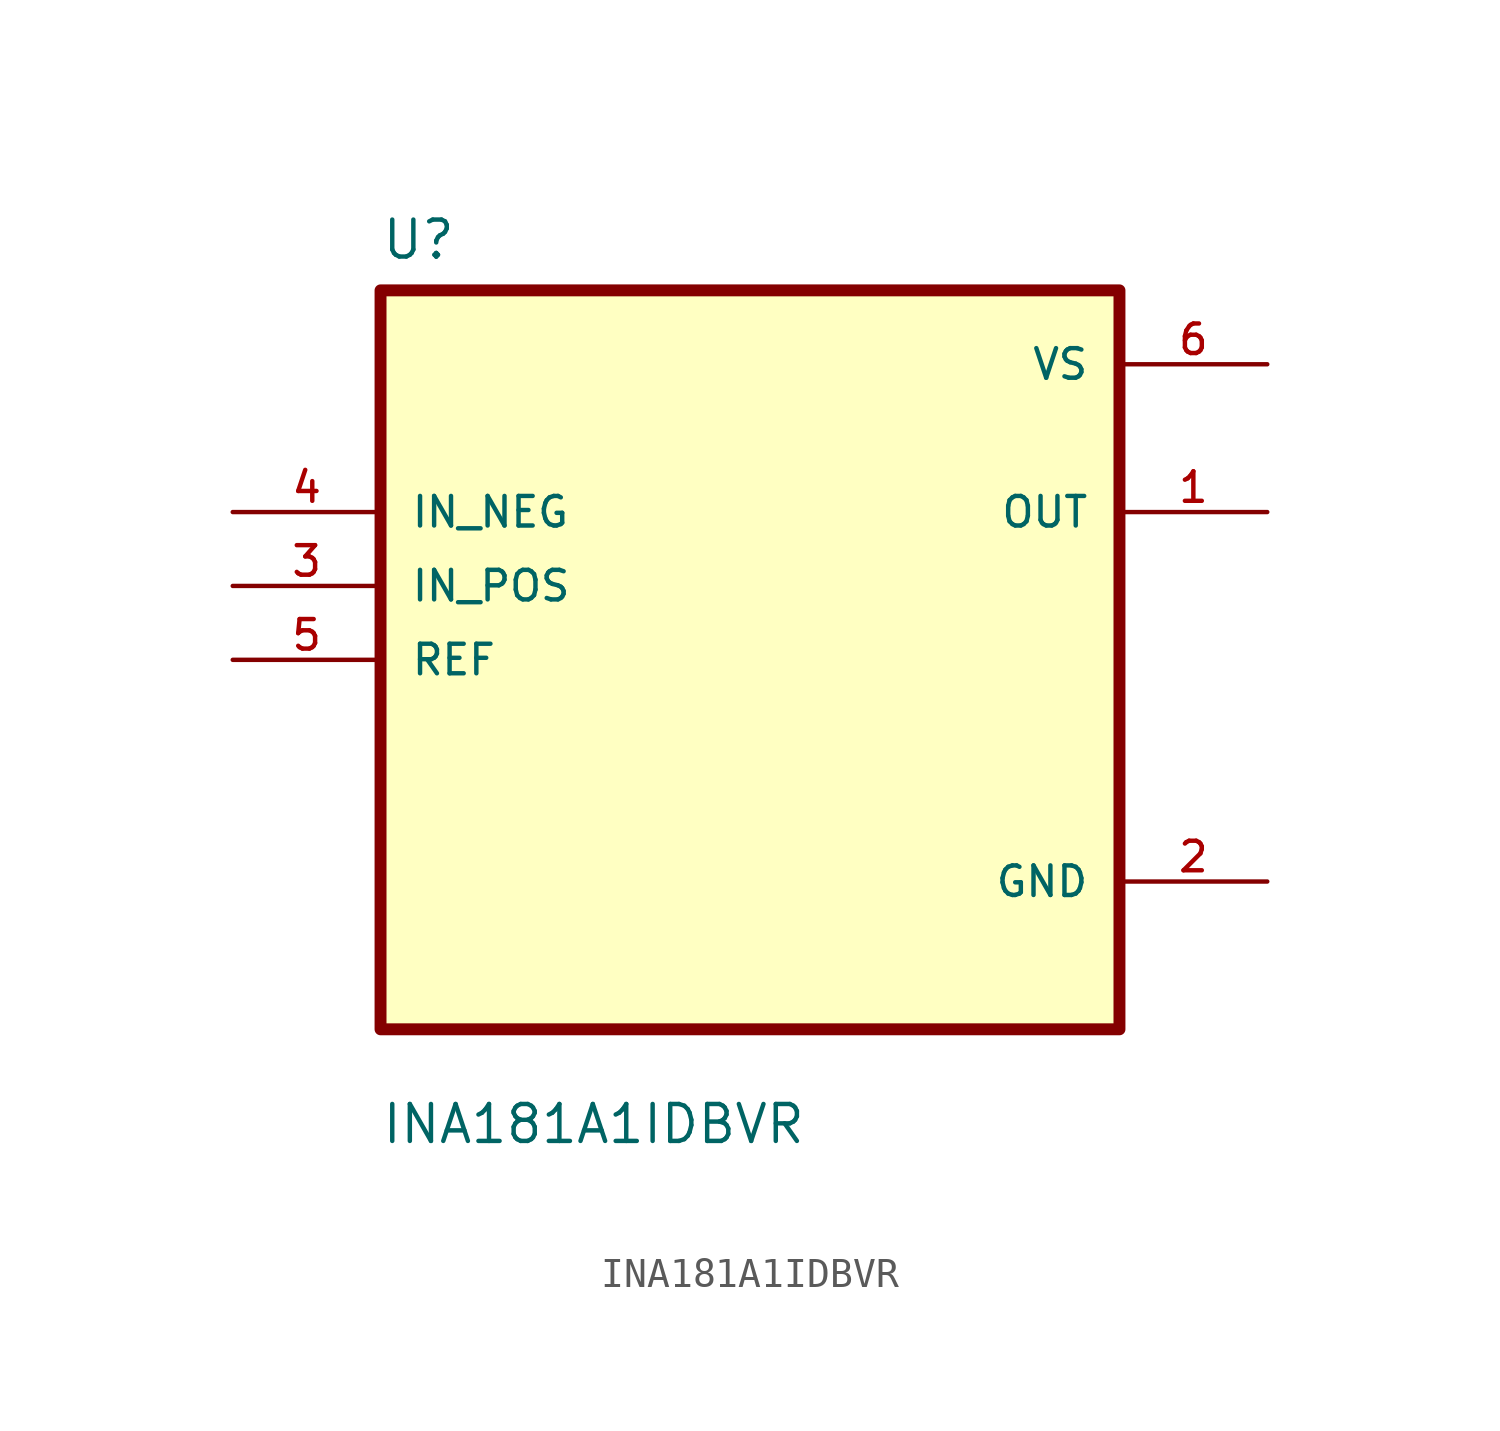
<source format=kicad_sym>
(kicad_symbol_lib
  (version 20211014)
  (generator kicad_symbol_editor)
  (symbol "INA181A1IDBVR"
    (pin_names
      (offset 1.016))
    (property "Reference" "U"
      (at -12.7 13.7 0.0)
      (effects (font (size 1.27 1.27)) (justify bottom left)))
    (property "Value" "INA181A1IDBVR"
      (at -12.7 -16.7 0.0)
      (effects (font (size 1.27 1.27)) (justify bottom left)))
    (symbol "INA181A1IDBVR_0_0"
      (rectangle (start -12.7 -12.7) (end 12.7 12.7) (stroke (width 0.41)) (fill (type background)))
      (pin input line (at -17.78 5.08 0) (length 5.08) (name "IN_NEG" (effects (font (size 1.016 1.016)))) (number "4" (effects (font (size 1.016 1.016)))))
      (pin input line (at -17.78 2.54 0) (length 5.08) (name "IN_POS" (effects (font (size 1.016 1.016)))) (number "3" (effects (font (size 1.016 1.016)))))
      (pin input line (at -17.78 -8.88178e-16 0) (length 5.08) (name "REF" (effects (font (size 1.016 1.016)))) (number "5" (effects (font (size 1.016 1.016)))))
      (pin power_in line (at 17.78 10.16 180.0) (length 5.08) (name "VS" (effects (font (size 1.016 1.016)))) (number "6" (effects (font (size 1.016 1.016)))))
      (pin output line (at 17.78 5.08 180.0) (length 5.08) (name "OUT" (effects (font (size 1.016 1.016)))) (number "1" (effects (font (size 1.016 1.016)))))
      (pin power_in line (at 17.78 -7.62 180.0) (length 5.08) (name "GND" (effects (font (size 1.016 1.016)))) (number "2" (effects (font (size 1.016 1.016))))))))
</source>
